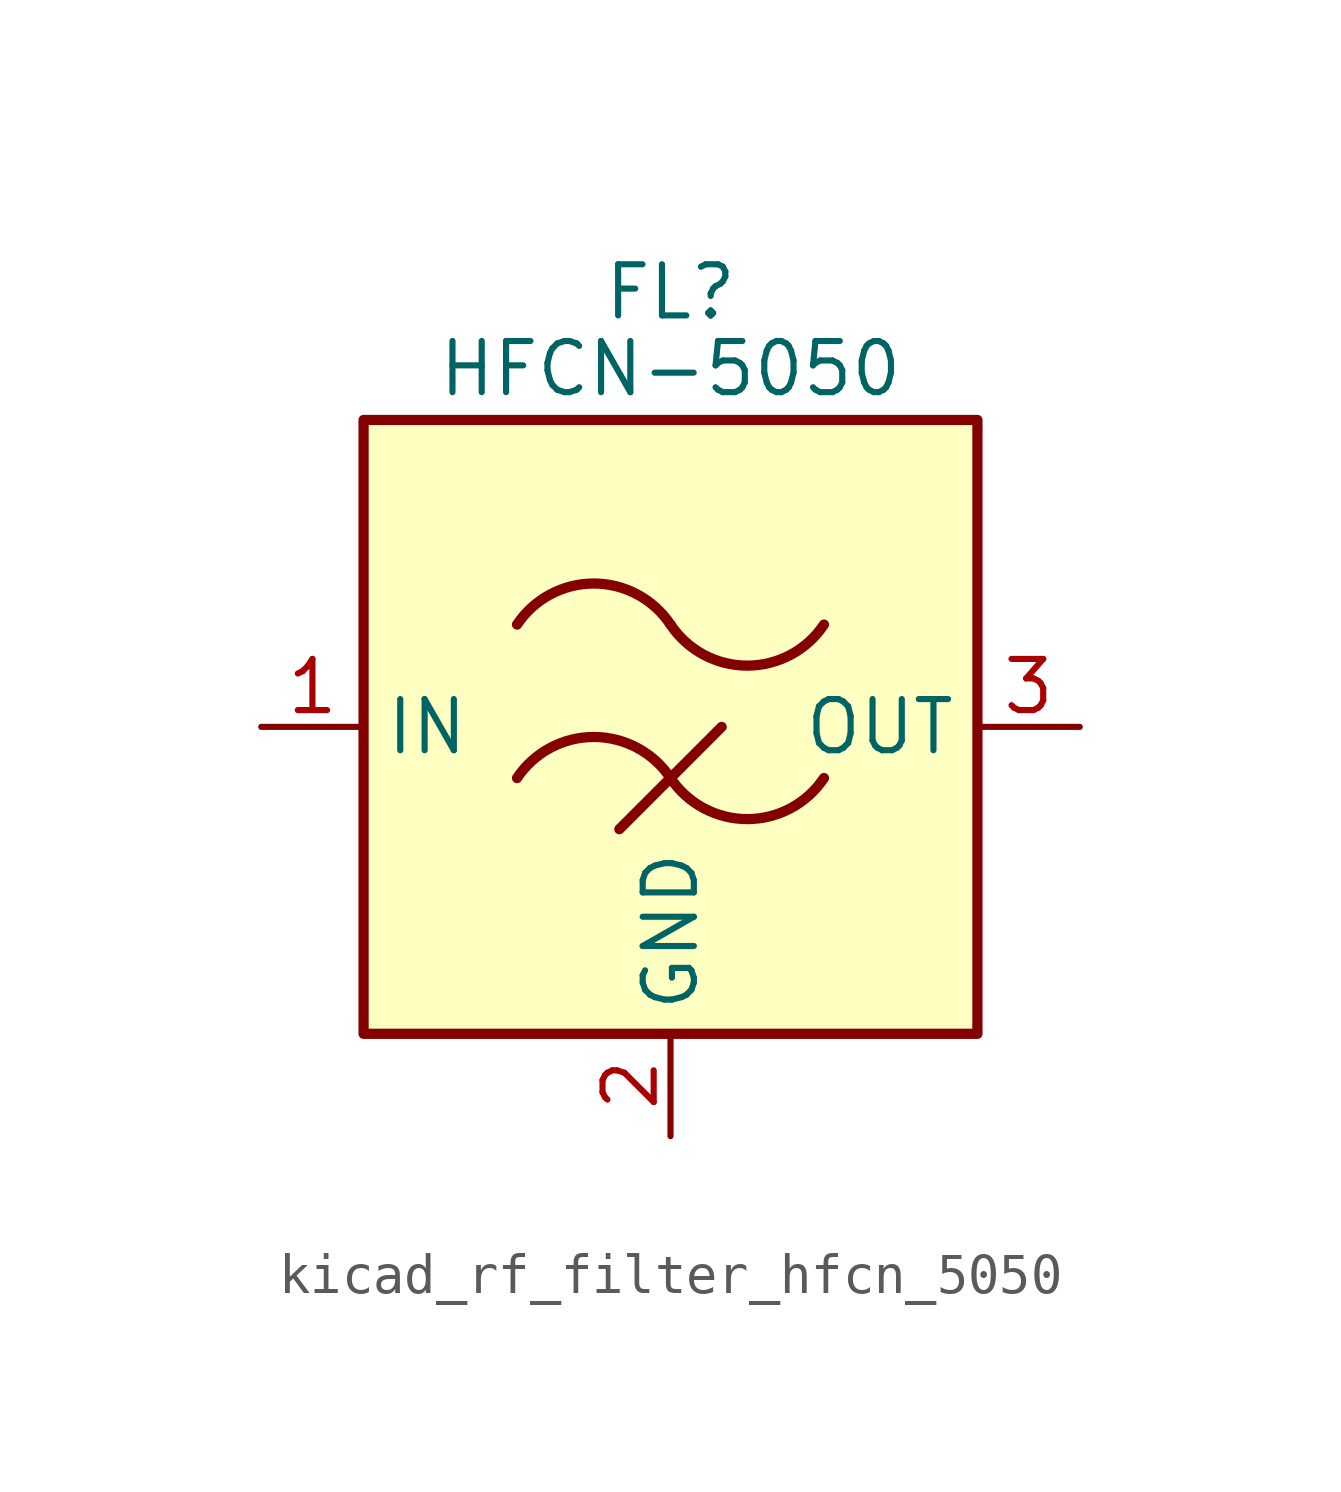
<source format=kicad_sym>
(kicad_symbol_lib
  (version 20220914)
  (generator kicad_symbol_editor)
  (symbol "kicad_rf_filter_hfcn_5050"
    (property "Reference" "FL"
      (at 0 10.795 0)
      (effects (font (size 1.27 1.27))))
    (property "Value" "HFCN-5050"
      (at 0 8.89 0)
      (effects (font (size 1.27 1.27))))
    (symbol "kicad_rf_filter_hfcn_5050_0_1"
      (rectangle (start -7.62 7.62) (end 7.62 -7.62) (stroke (width 0.254) (type default)) (fill (type background)))
      (arc (start 0 -1.27) (mid -1.905 -0.2505) (end -3.81 -1.27) (stroke (width 0.254) (type default)) (fill (type none)))
      (arc (start 0 -1.27) (mid 1.905 -2.2895) (end 3.81 -1.27) (stroke (width 0.254) (type default)) (fill (type none)))
      (polyline (pts (xy -1.27 -2.54) (xy 1.27 0)) (stroke (width 0.254) (type default)) (fill (type none)))
      (arc (start 0 2.54) (mid -1.905 3.5595) (end -3.81 2.54) (stroke (width 0.254) (type default)) (fill (type none)))
      (arc (start 0 2.54) (mid 1.905 1.5205) (end 3.81 2.54) (stroke (width 0.254) (type default)) (fill (type none))))
    (symbol "kicad_rf_filter_hfcn_5050_1_1"
      (pin passive line (at -10.16 0 0) (length 2.54) (name "IN" (effects (font (size 1.27 1.27)))) (number "1" (effects (font (size 1.27 1.27)))))
      (pin passive line (at 0 -10.16 90) (length 2.54) (name "GND" (effects (font (size 1.27 1.27)))) (number "2" (effects (font (size 1.27 1.27)))))
      (pin passive line (at 10.16 0 180) (length 2.54) (name "OUT" (effects (font (size 1.27 1.27)))) (number "3" (effects (font (size 1.27 1.27)))))
      (pin passive line (at 0 -10.16 90) (length 2.54) hide (name "GND" (effects (font (size 1.27 1.27)))) (number "4" (effects (font (size 1.27 1.27)))))
      (pin passive line (at 0 -10.16 90) (length 2.54) hide (name "GND" (effects (font (size 1.27 1.27)))) (number "5" (effects (font (size 1.27 1.27)))))
      (pin passive line (at 0 -10.16 90) (length 2.54) hide (name "GND" (effects (font (size 1.27 1.27)))) (number "6" (effects (font (size 1.27 1.27))))))))
</source>
